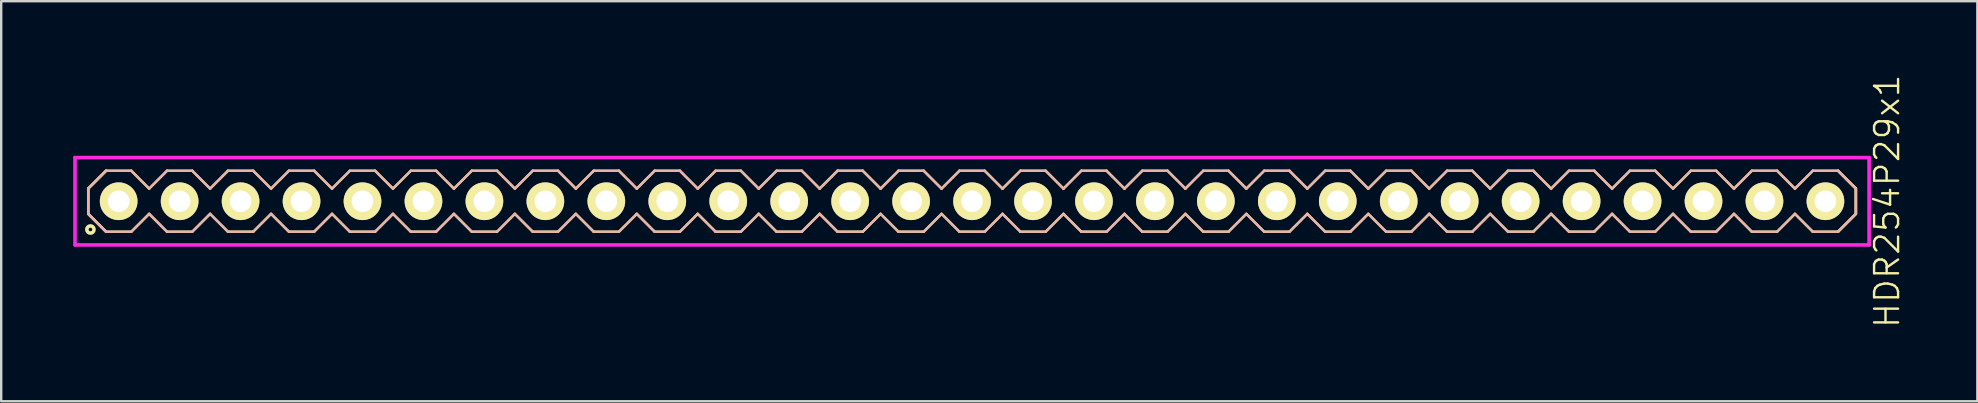
<source format=kicad_pcb>
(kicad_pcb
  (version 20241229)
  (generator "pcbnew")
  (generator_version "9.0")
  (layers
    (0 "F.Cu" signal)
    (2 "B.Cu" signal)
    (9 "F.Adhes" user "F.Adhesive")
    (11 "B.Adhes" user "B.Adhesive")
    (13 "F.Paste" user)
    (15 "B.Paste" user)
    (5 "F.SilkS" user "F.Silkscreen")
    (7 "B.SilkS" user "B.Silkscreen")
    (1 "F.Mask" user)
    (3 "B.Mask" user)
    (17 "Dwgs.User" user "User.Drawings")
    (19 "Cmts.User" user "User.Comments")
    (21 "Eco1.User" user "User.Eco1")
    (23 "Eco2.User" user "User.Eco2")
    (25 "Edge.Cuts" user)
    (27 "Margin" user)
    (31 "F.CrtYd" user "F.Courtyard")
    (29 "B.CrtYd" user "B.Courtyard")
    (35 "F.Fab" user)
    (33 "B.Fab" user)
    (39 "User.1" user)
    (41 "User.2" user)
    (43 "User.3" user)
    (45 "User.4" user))
  (footprint "HDR254P29x1"
    (layer "F.Cu")
    (at 37.455 5.336)
    (property "Reference" "HDR254P29x1" (at 38.13 0 90) (layer "F.SilkS") (effects (font (size 1 1) (thickness 0.1))))
    (attr through_hole)
    (fp_line (start -36.83 -0.526) (end -36.086 -1.27) (stroke (width 0.1) (type solid)) (layer "F.SilkS"))
    (fp_line (start -36.83 -0.526) (end -36.086 -1.27) (stroke (width 0.1) (type solid)) (layer "F.SilkS"))
    (fp_line (start -36.83 0.526) (end -36.83 -0.526) (stroke (width 0.1) (type solid)) (layer "F.SilkS"))
    (fp_line (start -36.83 0.526) (end -36.83 -0.526) (stroke (width 0.1) (type solid)) (layer "F.SilkS"))
    (fp_line (start -36.086 -1.27) (end -35.034 -1.27) (stroke (width 0.1) (type solid)) (layer "F.SilkS"))
    (fp_line (start -36.086 1.27) (end -36.83 0.526) (stroke (width 0.1) (type solid)) (layer "F.SilkS"))
    (fp_line (start -36.086 1.27) (end -36.83 0.526) (stroke (width 0.1) (type solid)) (layer "F.SilkS"))
    (fp_line (start -35.034 -1.27) (end -34.29 -0.526) (stroke (width 0.1) (type solid)) (layer "F.SilkS"))
    (fp_line (start -35.034 1.27) (end -36.086 1.27) (stroke (width 0.1) (type solid)) (layer "F.SilkS"))
    (fp_line (start -34.29 -0.526) (end -33.546 -1.27) (stroke (width 0.1) (type solid)) (layer "F.SilkS"))
    (fp_line (start -34.29 0.526) (end -35.034 1.27) (stroke (width 0.1) (type solid)) (layer "F.SilkS"))
    (fp_line (start -33.546 -1.27) (end -32.494 -1.27) (stroke (width 0.1) (type solid)) (layer "F.SilkS"))
    (fp_line (start -33.546 1.27) (end -34.29 0.526) (stroke (width 0.1) (type solid)) (layer "F.SilkS"))
    (fp_line (start -32.494 -1.27) (end -31.75 -0.526) (stroke (width 0.1) (type solid)) (layer "F.SilkS"))
    (fp_line (start -32.494 1.27) (end -33.546 1.27) (stroke (width 0.1) (type solid)) (layer "F.SilkS"))
    (fp_line (start -31.75 -0.526) (end -31.006 -1.27) (stroke (width 0.1) (type solid)) (layer "F.SilkS"))
    (fp_line (start -31.75 0.526) (end -32.494 1.27) (stroke (width 0.1) (type solid)) (layer "F.SilkS"))
    (fp_line (start -31.006 -1.27) (end -29.954 -1.27) (stroke (width 0.1) (type solid)) (layer "F.SilkS"))
    (fp_line (start -31.006 1.27) (end -31.75 0.526) (stroke (width 0.1) (type solid)) (layer "F.SilkS"))
    (fp_line (start -29.954 -1.27) (end -29.21 -0.526) (stroke (width 0.1) (type solid)) (layer "F.SilkS"))
    (fp_line (start -29.954 1.27) (end -31.006 1.27) (stroke (width 0.1) (type solid)) (layer "F.SilkS"))
    (fp_line (start -29.21 -0.526) (end -28.466 -1.27) (stroke (width 0.1) (type solid)) (layer "F.SilkS"))
    (fp_line (start -29.21 0.526) (end -29.954 1.27) (stroke (width 0.1) (type solid)) (layer "F.SilkS"))
    (fp_line (start -28.466 -1.27) (end -27.414 -1.27) (stroke (width 0.1) (type solid)) (layer "F.SilkS"))
    (fp_line (start -28.466 1.27) (end -29.21 0.526) (stroke (width 0.1) (type solid)) (layer "F.SilkS"))
    (fp_line (start -27.414 -1.27) (end -26.67 -0.526) (stroke (width 0.1) (type solid)) (layer "F.SilkS"))
    (fp_line (start -27.414 1.27) (end -28.466 1.27) (stroke (width 0.1) (type solid)) (layer "F.SilkS"))
    (fp_line (start -26.67 -0.526) (end -25.926 -1.27) (stroke (width 0.1) (type solid)) (layer "F.SilkS"))
    (fp_line (start -26.67 0.526) (end -27.414 1.27) (stroke (width 0.1) (type solid)) (layer "F.SilkS"))
    (fp_line (start -25.926 -1.27) (end -24.874 -1.27) (stroke (width 0.1) (type solid)) (layer "F.SilkS"))
    (fp_line (start -25.926 1.27) (end -26.67 0.526) (stroke (width 0.1) (type solid)) (layer "F.SilkS"))
    (fp_line (start -24.874 -1.27) (end -24.13 -0.526) (stroke (width 0.1) (type solid)) (layer "F.SilkS"))
    (fp_line (start -24.874 1.27) (end -25.926 1.27) (stroke (width 0.1) (type solid)) (layer "F.SilkS"))
    (fp_line (start -24.13 -0.526) (end -23.386 -1.27) (stroke (width 0.1) (type solid)) (layer "F.SilkS"))
    (fp_line (start -24.13 0.526) (end -24.874 1.27) (stroke (width 0.1) (type solid)) (layer "F.SilkS"))
    (fp_line (start -23.386 -1.27) (end -22.334 -1.27) (stroke (width 0.1) (type solid)) (layer "F.SilkS"))
    (fp_line (start -23.386 1.27) (end -24.13 0.526) (stroke (width 0.1) (type solid)) (layer "F.SilkS"))
    (fp_line (start -22.334 -1.27) (end -21.59 -0.526) (stroke (width 0.1) (type solid)) (layer "F.SilkS"))
    (fp_line (start -22.334 1.27) (end -23.386 1.27) (stroke (width 0.1) (type solid)) (layer "F.SilkS"))
    (fp_line (start -21.59 -0.526) (end -20.846 -1.27) (stroke (width 0.1) (type solid)) (layer "F.SilkS"))
    (fp_line (start -21.59 0.526) (end -22.334 1.27) (stroke (width 0.1) (type solid)) (layer "F.SilkS"))
    (fp_line (start -20.846 -1.27) (end -19.794 -1.27) (stroke (width 0.1) (type solid)) (layer "F.SilkS"))
    (fp_line (start -20.846 1.27) (end -21.59 0.526) (stroke (width 0.1) (type solid)) (layer "F.SilkS"))
    (fp_line (start -19.794 -1.27) (end -19.05 -0.526) (stroke (width 0.1) (type solid)) (layer "F.SilkS"))
    (fp_line (start -19.794 1.27) (end -20.846 1.27) (stroke (width 0.1) (type solid)) (layer "F.SilkS"))
    (fp_line (start -19.05 -0.526) (end -18.306 -1.27) (stroke (width 0.1) (type solid)) (layer "F.SilkS"))
    (fp_line (start -19.05 0.526) (end -19.794 1.27) (stroke (width 0.1) (type solid)) (layer "F.SilkS"))
    (fp_line (start -18.306 -1.27) (end -17.254 -1.27) (stroke (width 0.1) (type solid)) (layer "F.SilkS"))
    (fp_line (start -18.306 1.27) (end -19.05 0.526) (stroke (width 0.1) (type solid)) (layer "F.SilkS"))
    (fp_line (start -17.254 -1.27) (end -16.51 -0.526) (stroke (width 0.1) (type solid)) (layer "F.SilkS"))
    (fp_line (start -17.254 1.27) (end -18.306 1.27) (stroke (width 0.1) (type solid)) (layer "F.SilkS"))
    (fp_line (start -16.51 -0.526) (end -15.766 -1.27) (stroke (width 0.1) (type solid)) (layer "F.SilkS"))
    (fp_line (start -16.51 0.526) (end -17.254 1.27) (stroke (width 0.1) (type solid)) (layer "F.SilkS"))
    (fp_line (start -15.766 -1.27) (end -14.714 -1.27) (stroke (width 0.1) (type solid)) (layer "F.SilkS"))
    (fp_line (start -15.766 1.27) (end -16.51 0.526) (stroke (width 0.1) (type solid)) (layer "F.SilkS"))
    (fp_line (start -14.714 -1.27) (end -13.97 -0.526) (stroke (width 0.1) (type solid)) (layer "F.SilkS"))
    (fp_line (start -14.714 1.27) (end -15.766 1.27) (stroke (width 0.1) (type solid)) (layer "F.SilkS"))
    (fp_line (start -13.97 -0.526) (end -13.226 -1.27) (stroke (width 0.1) (type solid)) (layer "F.SilkS"))
    (fp_line (start -13.97 0.526) (end -14.714 1.27) (stroke (width 0.1) (type solid)) (layer "F.SilkS"))
    (fp_line (start -13.226 -1.27) (end -12.174 -1.27) (stroke (width 0.1) (type solid)) (layer "F.SilkS"))
    (fp_line (start -13.226 1.27) (end -13.97 0.526) (stroke (width 0.1) (type solid)) (layer "F.SilkS"))
    (fp_line (start -12.174 -1.27) (end -11.43 -0.526) (stroke (width 0.1) (type solid)) (layer "F.SilkS"))
    (fp_line (start -12.174 1.27) (end -13.226 1.27) (stroke (width 0.1) (type solid)) (layer "F.SilkS"))
    (fp_line (start -11.43 -0.526) (end -10.686 -1.27) (stroke (width 0.1) (type solid)) (layer "F.SilkS"))
    (fp_line (start -11.43 0.526) (end -12.174 1.27) (stroke (width 0.1) (type solid)) (layer "F.SilkS"))
    (fp_line (start -10.686 -1.27) (end -9.634 -1.27) (stroke (width 0.1) (type solid)) (layer "F.SilkS"))
    (fp_line (start -10.686 1.27) (end -11.43 0.526) (stroke (width 0.1) (type solid)) (layer "F.SilkS"))
    (fp_line (start -9.634 -1.27) (end -8.89 -0.526) (stroke (width 0.1) (type solid)) (layer "F.SilkS"))
    (fp_line (start -9.634 1.27) (end -10.686 1.27) (stroke (width 0.1) (type solid)) (layer "F.SilkS"))
    (fp_line (start -8.89 -0.526) (end -8.146 -1.27) (stroke (width 0.1) (type solid)) (layer "F.SilkS"))
    (fp_line (start -8.89 0.526) (end -9.634 1.27) (stroke (width 0.1) (type solid)) (layer "F.SilkS"))
    (fp_line (start -8.146 -1.27) (end -7.094 -1.27) (stroke (width 0.1) (type solid)) (layer "F.SilkS"))
    (fp_line (start -8.146 1.27) (end -8.89 0.526) (stroke (width 0.1) (type solid)) (layer "F.SilkS"))
    (fp_line (start -7.094 -1.27) (end -6.35 -0.526) (stroke (width 0.1) (type solid)) (layer "F.SilkS"))
    (fp_line (start -7.094 1.27) (end -8.146 1.27) (stroke (width 0.1) (type solid)) (layer "F.SilkS"))
    (fp_line (start -6.35 -0.526) (end -5.606 -1.27) (stroke (width 0.1) (type solid)) (layer "F.SilkS"))
    (fp_line (start -6.35 0.526) (end -7.094 1.27) (stroke (width 0.1) (type solid)) (layer "F.SilkS"))
    (fp_line (start -5.606 -1.27) (end -4.554 -1.27) (stroke (width 0.1) (type solid)) (layer "F.SilkS"))
    (fp_line (start -5.606 1.27) (end -6.35 0.526) (stroke (width 0.1) (type solid)) (layer "F.SilkS"))
    (fp_line (start -4.554 -1.27) (end -3.81 -0.526) (stroke (width 0.1) (type solid)) (layer "F.SilkS"))
    (fp_line (start -4.554 1.27) (end -5.606 1.27) (stroke (width 0.1) (type solid)) (layer "F.SilkS"))
    (fp_line (start -3.81 -0.526) (end -3.066 -1.27) (stroke (width 0.1) (type solid)) (layer "F.SilkS"))
    (fp_line (start -3.81 0.526) (end -4.554 1.27) (stroke (width 0.1) (type solid)) (layer "F.SilkS"))
    (fp_line (start -3.066 -1.27) (end -2.014 -1.27) (stroke (width 0.1) (type solid)) (layer "F.SilkS"))
    (fp_line (start -3.066 1.27) (end -3.81 0.526) (stroke (width 0.1) (type solid)) (layer "F.SilkS"))
    (fp_line (start -2.014 -1.27) (end -1.27 -0.526) (stroke (width 0.1) (type solid)) (layer "F.SilkS"))
    (fp_line (start -2.014 1.27) (end -3.066 1.27) (stroke (width 0.1) (type solid)) (layer "F.SilkS"))
    (fp_line (start -1.27 -0.526) (end -0.526 -1.27) (stroke (width 0.1) (type solid)) (layer "F.SilkS"))
    (fp_line (start -1.27 0.526) (end -2.014 1.27) (stroke (width 0.1) (type solid)) (layer "F.SilkS"))
    (fp_line (start -0.526 -1.27) (end 0.526 -1.27) (stroke (width 0.1) (type solid)) (layer "F.SilkS"))
    (fp_line (start -0.526 1.27) (end -1.27 0.526) (stroke (width 0.1) (type solid)) (layer "F.SilkS"))
    (fp_line (start 0.526 -1.27) (end 1.27 -0.526) (stroke (width 0.1) (type solid)) (layer "F.SilkS"))
    (fp_line (start 0.526 1.27) (end -0.526 1.27) (stroke (width 0.1) (type solid)) (layer "F.SilkS"))
    (fp_line (start 1.27 -0.526) (end 2.014 -1.27) (stroke (width 0.1) (type solid)) (layer "F.SilkS"))
    (fp_line (start 1.27 0.526) (end 0.526 1.27) (stroke (width 0.1) (type solid)) (layer "F.SilkS"))
    (fp_line (start 2.014 -1.27) (end 3.066 -1.27) (stroke (width 0.1) (type solid)) (layer "F.SilkS"))
    (fp_line (start 2.014 1.27) (end 1.27 0.526) (stroke (width 0.1) (type solid)) (layer "F.SilkS"))
    (fp_line (start 3.066 -1.27) (end 3.81 -0.526) (stroke (width 0.1) (type solid)) (layer "F.SilkS"))
    (fp_line (start 3.066 1.27) (end 2.014 1.27) (stroke (width 0.1) (type solid)) (layer "F.SilkS"))
    (fp_line (start 3.81 -0.526) (end 4.554 -1.27) (stroke (width 0.1) (type solid)) (layer "F.SilkS"))
    (fp_line (start 3.81 0.526) (end 3.066 1.27) (stroke (width 0.1) (type solid)) (layer "F.SilkS"))
    (fp_line (start 4.554 -1.27) (end 5.606 -1.27) (stroke (width 0.1) (type solid)) (layer "F.SilkS"))
    (fp_line (start 4.554 1.27) (end 3.81 0.526) (stroke (width 0.1) (type solid)) (layer "F.SilkS"))
    (fp_line (start 5.606 -1.27) (end 6.35 -0.526) (stroke (width 0.1) (type solid)) (layer "F.SilkS"))
    (fp_line (start 5.606 1.27) (end 4.554 1.27) (stroke (width 0.1) (type solid)) (layer "F.SilkS"))
    (fp_line (start 6.35 -0.526) (end 7.094 -1.27) (stroke (width 0.1) (type solid)) (layer "F.SilkS"))
    (fp_line (start 6.35 0.526) (end 5.606 1.27) (stroke (width 0.1) (type solid)) (layer "F.SilkS"))
    (fp_line (start 7.094 -1.27) (end 8.146 -1.27) (stroke (width 0.1) (type solid)) (layer "F.SilkS"))
    (fp_line (start 7.094 1.27) (end 6.35 0.526) (stroke (width 0.1) (type solid)) (layer "F.SilkS"))
    (fp_line (start 8.146 -1.27) (end 8.89 -0.526) (stroke (width 0.1) (type solid)) (layer "F.SilkS"))
    (fp_line (start 8.146 1.27) (end 7.094 1.27) (stroke (width 0.1) (type solid)) (layer "F.SilkS"))
    (fp_line (start 8.89 -0.526) (end 9.634 -1.27) (stroke (width 0.1) (type solid)) (layer "F.SilkS"))
    (fp_line (start 8.89 0.526) (end 8.146 1.27) (stroke (width 0.1) (type solid)) (layer "F.SilkS"))
    (fp_line (start 9.634 -1.27) (end 10.686 -1.27) (stroke (width 0.1) (type solid)) (layer "F.SilkS"))
    (fp_line (start 9.634 1.27) (end 8.89 0.526) (stroke (width 0.1) (type solid)) (layer "F.SilkS"))
    (fp_line (start 10.686 -1.27) (end 11.43 -0.526) (stroke (width 0.1) (type solid)) (layer "F.SilkS"))
    (fp_line (start 10.686 1.27) (end 9.634 1.27) (stroke (width 0.1) (type solid)) (layer "F.SilkS"))
    (fp_line (start 11.43 -0.526) (end 12.174 -1.27) (stroke (width 0.1) (type solid)) (layer "F.SilkS"))
    (fp_line (start 11.43 0.526) (end 10.686 1.27) (stroke (width 0.1) (type solid)) (layer "F.SilkS"))
    (fp_line (start 12.174 -1.27) (end 13.226 -1.27) (stroke (width 0.1) (type solid)) (layer "F.SilkS"))
    (fp_line (start 12.174 1.27) (end 11.43 0.526) (stroke (width 0.1) (type solid)) (layer "F.SilkS"))
    (fp_line (start 13.226 -1.27) (end 13.97 -0.526) (stroke (width 0.1) (type solid)) (layer "F.SilkS"))
    (fp_line (start 13.226 1.27) (end 12.174 1.27) (stroke (width 0.1) (type solid)) (layer "F.SilkS"))
    (fp_line (start 13.97 -0.526) (end 14.714 -1.27) (stroke (width 0.1) (type solid)) (layer "F.SilkS"))
    (fp_line (start 13.97 0.526) (end 13.226 1.27) (stroke (width 0.1) (type solid)) (layer "F.SilkS"))
    (fp_line (start 14.714 -1.27) (end 15.766 -1.27) (stroke (width 0.1) (type solid)) (layer "F.SilkS"))
    (fp_line (start 14.714 1.27) (end 13.97 0.526) (stroke (width 0.1) (type solid)) (layer "F.SilkS"))
    (fp_line (start 15.766 -1.27) (end 16.51 -0.526) (stroke (width 0.1) (type solid)) (layer "F.SilkS"))
    (fp_line (start 15.766 1.27) (end 14.714 1.27) (stroke (width 0.1) (type solid)) (layer "F.SilkS"))
    (fp_line (start 16.51 -0.526) (end 17.254 -1.27) (stroke (width 0.1) (type solid)) (layer "F.SilkS"))
    (fp_line (start 16.51 0.526) (end 15.766 1.27) (stroke (width 0.1) (type solid)) (layer "F.SilkS"))
    (fp_line (start 17.254 -1.27) (end 18.306 -1.27) (stroke (width 0.1) (type solid)) (layer "F.SilkS"))
    (fp_line (start 17.254 1.27) (end 16.51 0.526) (stroke (width 0.1) (type solid)) (layer "F.SilkS"))
    (fp_line (start 18.306 -1.27) (end 19.05 -0.526) (stroke (width 0.1) (type solid)) (layer "F.SilkS"))
    (fp_line (start 18.306 1.27) (end 17.254 1.27) (stroke (width 0.1) (type solid)) (layer "F.SilkS"))
    (fp_line (start 19.05 -0.526) (end 19.794 -1.27) (stroke (width 0.1) (type solid)) (layer "F.SilkS"))
    (fp_line (start 19.05 0.526) (end 18.306 1.27) (stroke (width 0.1) (type solid)) (layer "F.SilkS"))
    (fp_line (start 19.794 -1.27) (end 20.846 -1.27) (stroke (width 0.1) (type solid)) (layer "F.SilkS"))
    (fp_line (start 19.794 1.27) (end 19.05 0.526) (stroke (width 0.1) (type solid)) (layer "F.SilkS"))
    (fp_line (start 20.846 -1.27) (end 21.59 -0.526) (stroke (width 0.1) (type solid)) (layer "F.SilkS"))
    (fp_line (start 20.846 1.27) (end 19.794 1.27) (stroke (width 0.1) (type solid)) (layer "F.SilkS"))
    (fp_line (start 21.59 -0.526) (end 22.334 -1.27) (stroke (width 0.1) (type solid)) (layer "F.SilkS"))
    (fp_line (start 21.59 0.526) (end 20.846 1.27) (stroke (width 0.1) (type solid)) (layer "F.SilkS"))
    (fp_line (start 22.334 -1.27) (end 23.386 -1.27) (stroke (width 0.1) (type solid)) (layer "F.SilkS"))
    (fp_line (start 22.334 1.27) (end 21.59 0.526) (stroke (width 0.1) (type solid)) (layer "F.SilkS"))
    (fp_line (start 23.386 -1.27) (end 24.13 -0.526) (stroke (width 0.1) (type solid)) (layer "F.SilkS"))
    (fp_line (start 23.386 1.27) (end 22.334 1.27) (stroke (width 0.1) (type solid)) (layer "F.SilkS"))
    (fp_line (start 24.13 -0.526) (end 24.874 -1.27) (stroke (width 0.1) (type solid)) (layer "F.SilkS"))
    (fp_line (start 24.13 0.526) (end 23.386 1.27) (stroke (width 0.1) (type solid)) (layer "F.SilkS"))
    (fp_line (start 24.874 -1.27) (end 25.926 -1.27) (stroke (width 0.1) (type solid)) (layer "F.SilkS"))
    (fp_line (start 24.874 1.27) (end 24.13 0.526) (stroke (width 0.1) (type solid)) (layer "F.SilkS"))
    (fp_line (start 25.926 -1.27) (end 26.67 -0.526) (stroke (width 0.1) (type solid)) (layer "F.SilkS"))
    (fp_line (start 25.926 1.27) (end 24.874 1.27) (stroke (width 0.1) (type solid)) (layer "F.SilkS"))
    (fp_line (start 26.67 -0.526) (end 27.414 -1.27) (stroke (width 0.1) (type solid)) (layer "F.SilkS"))
    (fp_line (start 26.67 0.526) (end 25.926 1.27) (stroke (width 0.1) (type solid)) (layer "F.SilkS"))
    (fp_line (start 27.414 -1.27) (end 28.466 -1.27) (stroke (width 0.1) (type solid)) (layer "F.SilkS"))
    (fp_line (start 27.414 1.27) (end 26.67 0.526) (stroke (width 0.1) (type solid)) (layer "F.SilkS"))
    (fp_line (start 28.466 -1.27) (end 29.21 -0.526) (stroke (width 0.1) (type solid)) (layer "F.SilkS"))
    (fp_line (start 28.466 1.27) (end 27.414 1.27) (stroke (width 0.1) (type solid)) (layer "F.SilkS"))
    (fp_line (start 29.21 -0.526) (end 29.954 -1.27) (stroke (width 0.1) (type solid)) (layer "F.SilkS"))
    (fp_line (start 29.21 0.526) (end 28.466 1.27) (stroke (width 0.1) (type solid)) (layer "F.SilkS"))
    (fp_line (start 29.954 -1.27) (end 31.006 -1.27) (stroke (width 0.1) (type solid)) (layer "F.SilkS"))
    (fp_line (start 29.954 1.27) (end 29.21 0.526) (stroke (width 0.1) (type solid)) (layer "F.SilkS"))
    (fp_line (start 31.006 -1.27) (end 31.75 -0.526) (stroke (width 0.1) (type solid)) (layer "F.SilkS"))
    (fp_line (start 31.006 1.27) (end 29.954 1.27) (stroke (width 0.1) (type solid)) (layer "F.SilkS"))
    (fp_line (start 31.75 -0.526) (end 32.494 -1.27) (stroke (width 0.1) (type solid)) (layer "F.SilkS"))
    (fp_line (start 31.75 0.526) (end 31.006 1.27) (stroke (width 0.1) (type solid)) (layer "F.SilkS"))
    (fp_line (start 32.494 -1.27) (end 33.546 -1.27) (stroke (width 0.1) (type solid)) (layer "F.SilkS"))
    (fp_line (start 32.494 1.27) (end 31.75 0.526) (stroke (width 0.1) (type solid)) (layer "F.SilkS"))
    (fp_line (start 33.546 -1.27) (end 34.29 -0.526) (stroke (width 0.1) (type solid)) (layer "F.SilkS"))
    (fp_line (start 33.546 1.27) (end 32.494 1.27) (stroke (width 0.1) (type solid)) (layer "F.SilkS"))
    (fp_line (start 34.29 -0.526) (end 35.034 -1.27) (stroke (width 0.1) (type solid)) (layer "F.SilkS"))
    (fp_line (start 34.29 0.526) (end 33.546 1.27) (stroke (width 0.1) (type solid)) (layer "F.SilkS"))
    (fp_line (start 35.034 -1.27) (end 36.086 -1.27) (stroke (width 0.1) (type solid)) (layer "F.SilkS"))
    (fp_line (start 35.034 1.27) (end 34.29 0.526) (stroke (width 0.1) (type solid)) (layer "F.SilkS"))
    (fp_line (start 36.086 -1.27) (end 36.83 -0.526) (stroke (width 0.1) (type solid)) (layer "F.SilkS"))
    (fp_line (start 36.086 -1.27) (end 36.83 -0.526) (stroke (width 0.1) (type solid)) (layer "F.SilkS"))
    (fp_line (start 36.086 1.27) (end 35.034 1.27) (stroke (width 0.1) (type solid)) (layer "F.SilkS"))
    (fp_line (start 36.83 -0.526) (end 36.83 0.526) (stroke (width 0.1) (type solid)) (layer "F.SilkS"))
    (fp_line (start 36.83 -0.526) (end 36.83 0.526) (stroke (width 0.1) (type solid)) (layer "F.SilkS"))
    (fp_line (start 36.83 0.526) (end 36.086 1.27) (stroke (width 0.1) (type solid)) (layer "F.SilkS"))
    (fp_line (start 36.83 0.526) (end 36.086 1.27) (stroke (width 0.1) (type solid)) (layer "F.SilkS"))
    (fp_circle (center -36.737 1.177) (end -36.587 1.177) (stroke (width 0.15) (type solid)) (fill no) (layer "F.SilkS"))
    (fp_line (start -36.83 -0.526) (end -36.086 -1.27) (stroke (width 0.1) (type solid)) (layer "B.SilkS"))
    (fp_line (start -36.83 -0.526) (end -36.086 -1.27) (stroke (width 0.1) (type solid)) (layer "B.SilkS"))
    (fp_line (start -36.83 0.526) (end -36.83 -0.526) (stroke (width 0.1) (type solid)) (layer "B.SilkS"))
    (fp_line (start -36.83 0.526) (end -36.83 -0.526) (stroke (width 0.1) (type solid)) (layer "B.SilkS"))
    (fp_line (start -36.086 -1.27) (end -35.034 -1.27) (stroke (width 0.1) (type solid)) (layer "B.SilkS"))
    (fp_line (start -36.086 1.27) (end -36.83 0.526) (stroke (width 0.1) (type solid)) (layer "B.SilkS"))
    (fp_line (start -36.086 1.27) (end -36.83 0.526) (stroke (width 0.1) (type solid)) (layer "B.SilkS"))
    (fp_line (start -35.034 -1.27) (end -34.29 -0.526) (stroke (width 0.1) (type solid)) (layer "B.SilkS"))
    (fp_line (start -35.034 1.27) (end -36.086 1.27) (stroke (width 0.1) (type solid)) (layer "B.SilkS"))
    (fp_line (start -34.29 -0.526) (end -33.546 -1.27) (stroke (width 0.1) (type solid)) (layer "B.SilkS"))
    (fp_line (start -34.29 0.526) (end -35.034 1.27) (stroke (width 0.1) (type solid)) (layer "B.SilkS"))
    (fp_line (start -33.546 -1.27) (end -32.494 -1.27) (stroke (width 0.1) (type solid)) (layer "B.SilkS"))
    (fp_line (start -33.546 1.27) (end -34.29 0.526) (stroke (width 0.1) (type solid)) (layer "B.SilkS"))
    (fp_line (start -32.494 -1.27) (end -31.75 -0.526) (stroke (width 0.1) (type solid)) (layer "B.SilkS"))
    (fp_line (start -32.494 1.27) (end -33.546 1.27) (stroke (width 0.1) (type solid)) (layer "B.SilkS"))
    (fp_line (start -31.75 -0.526) (end -31.006 -1.27) (stroke (width 0.1) (type solid)) (layer "B.SilkS"))
    (fp_line (start -31.75 0.526) (end -32.494 1.27) (stroke (width 0.1) (type solid)) (layer "B.SilkS"))
    (fp_line (start -31.006 -1.27) (end -29.954 -1.27) (stroke (width 0.1) (type solid)) (layer "B.SilkS"))
    (fp_line (start -31.006 1.27) (end -31.75 0.526) (stroke (width 0.1) (type solid)) (layer "B.SilkS"))
    (fp_line (start -29.954 -1.27) (end -29.21 -0.526) (stroke (width 0.1) (type solid)) (layer "B.SilkS"))
    (fp_line (start -29.954 1.27) (end -31.006 1.27) (stroke (width 0.1) (type solid)) (layer "B.SilkS"))
    (fp_line (start -29.21 -0.526) (end -28.466 -1.27) (stroke (width 0.1) (type solid)) (layer "B.SilkS"))
    (fp_line (start -29.21 0.526) (end -29.954 1.27) (stroke (width 0.1) (type solid)) (layer "B.SilkS"))
    (fp_line (start -28.466 -1.27) (end -27.414 -1.27) (stroke (width 0.1) (type solid)) (layer "B.SilkS"))
    (fp_line (start -28.466 1.27) (end -29.21 0.526) (stroke (width 0.1) (type solid)) (layer "B.SilkS"))
    (fp_line (start -27.414 -1.27) (end -26.67 -0.526) (stroke (width 0.1) (type solid)) (layer "B.SilkS"))
    (fp_line (start -27.414 1.27) (end -28.466 1.27) (stroke (width 0.1) (type solid)) (layer "B.SilkS"))
    (fp_line (start -26.67 -0.526) (end -25.926 -1.27) (stroke (width 0.1) (type solid)) (layer "B.SilkS"))
    (fp_line (start -26.67 0.526) (end -27.414 1.27) (stroke (width 0.1) (type solid)) (layer "B.SilkS"))
    (fp_line (start -25.926 -1.27) (end -24.874 -1.27) (stroke (width 0.1) (type solid)) (layer "B.SilkS"))
    (fp_line (start -25.926 1.27) (end -26.67 0.526) (stroke (width 0.1) (type solid)) (layer "B.SilkS"))
    (fp_line (start -24.874 -1.27) (end -24.13 -0.526) (stroke (width 0.1) (type solid)) (layer "B.SilkS"))
    (fp_line (start -24.874 1.27) (end -25.926 1.27) (stroke (width 0.1) (type solid)) (layer "B.SilkS"))
    (fp_line (start -24.13 -0.526) (end -23.386 -1.27) (stroke (width 0.1) (type solid)) (layer "B.SilkS"))
    (fp_line (start -24.13 0.526) (end -24.874 1.27) (stroke (width 0.1) (type solid)) (layer "B.SilkS"))
    (fp_line (start -23.386 -1.27) (end -22.334 -1.27) (stroke (width 0.1) (type solid)) (layer "B.SilkS"))
    (fp_line (start -23.386 1.27) (end -24.13 0.526) (stroke (width 0.1) (type solid)) (layer "B.SilkS"))
    (fp_line (start -22.334 -1.27) (end -21.59 -0.526) (stroke (width 0.1) (type solid)) (layer "B.SilkS"))
    (fp_line (start -22.334 1.27) (end -23.386 1.27) (stroke (width 0.1) (type solid)) (layer "B.SilkS"))
    (fp_line (start -21.59 -0.526) (end -20.846 -1.27) (stroke (width 0.1) (type solid)) (layer "B.SilkS"))
    (fp_line (start -21.59 0.526) (end -22.334 1.27) (stroke (width 0.1) (type solid)) (layer "B.SilkS"))
    (fp_line (start -20.846 -1.27) (end -19.794 -1.27) (stroke (width 0.1) (type solid)) (layer "B.SilkS"))
    (fp_line (start -20.846 1.27) (end -21.59 0.526) (stroke (width 0.1) (type solid)) (layer "B.SilkS"))
    (fp_line (start -19.794 -1.27) (end -19.05 -0.526) (stroke (width 0.1) (type solid)) (layer "B.SilkS"))
    (fp_line (start -19.794 1.27) (end -20.846 1.27) (stroke (width 0.1) (type solid)) (layer "B.SilkS"))
    (fp_line (start -19.05 -0.526) (end -18.306 -1.27) (stroke (width 0.1) (type solid)) (layer "B.SilkS"))
    (fp_line (start -19.05 0.526) (end -19.794 1.27) (stroke (width 0.1) (type solid)) (layer "B.SilkS"))
    (fp_line (start -18.306 -1.27) (end -17.254 -1.27) (stroke (width 0.1) (type solid)) (layer "B.SilkS"))
    (fp_line (start -18.306 1.27) (end -19.05 0.526) (stroke (width 0.1) (type solid)) (layer "B.SilkS"))
    (fp_line (start -17.254 -1.27) (end -16.51 -0.526) (stroke (width 0.1) (type solid)) (layer "B.SilkS"))
    (fp_line (start -17.254 1.27) (end -18.306 1.27) (stroke (width 0.1) (type solid)) (layer "B.SilkS"))
    (fp_line (start -16.51 -0.526) (end -15.766 -1.27) (stroke (width 0.1) (type solid)) (layer "B.SilkS"))
    (fp_line (start -16.51 0.526) (end -17.254 1.27) (stroke (width 0.1) (type solid)) (layer "B.SilkS"))
    (fp_line (start -15.766 -1.27) (end -14.714 -1.27) (stroke (width 0.1) (type solid)) (layer "B.SilkS"))
    (fp_line (start -15.766 1.27) (end -16.51 0.526) (stroke (width 0.1) (type solid)) (layer "B.SilkS"))
    (fp_line (start -14.714 -1.27) (end -13.97 -0.526) (stroke (width 0.1) (type solid)) (layer "B.SilkS"))
    (fp_line (start -14.714 1.27) (end -15.766 1.27) (stroke (width 0.1) (type solid)) (layer "B.SilkS"))
    (fp_line (start -13.97 -0.526) (end -13.226 -1.27) (stroke (width 0.1) (type solid)) (layer "B.SilkS"))
    (fp_line (start -13.97 0.526) (end -14.714 1.27) (stroke (width 0.1) (type solid)) (layer "B.SilkS"))
    (fp_line (start -13.226 -1.27) (end -12.174 -1.27) (stroke (width 0.1) (type solid)) (layer "B.SilkS"))
    (fp_line (start -13.226 1.27) (end -13.97 0.526) (stroke (width 0.1) (type solid)) (layer "B.SilkS"))
    (fp_line (start -12.174 -1.27) (end -11.43 -0.526) (stroke (width 0.1) (type solid)) (layer "B.SilkS"))
    (fp_line (start -12.174 1.27) (end -13.226 1.27) (stroke (width 0.1) (type solid)) (layer "B.SilkS"))
    (fp_line (start -11.43 -0.526) (end -10.686 -1.27) (stroke (width 0.1) (type solid)) (layer "B.SilkS"))
    (fp_line (start -11.43 0.526) (end -12.174 1.27) (stroke (width 0.1) (type solid)) (layer "B.SilkS"))
    (fp_line (start -10.686 -1.27) (end -9.634 -1.27) (stroke (width 0.1) (type solid)) (layer "B.SilkS"))
    (fp_line (start -10.686 1.27) (end -11.43 0.526) (stroke (width 0.1) (type solid)) (layer "B.SilkS"))
    (fp_line (start -9.634 -1.27) (end -8.89 -0.526) (stroke (width 0.1) (type solid)) (layer "B.SilkS"))
    (fp_line (start -9.634 1.27) (end -10.686 1.27) (stroke (width 0.1) (type solid)) (layer "B.SilkS"))
    (fp_line (start -8.89 -0.526) (end -8.146 -1.27) (stroke (width 0.1) (type solid)) (layer "B.SilkS"))
    (fp_line (start -8.89 0.526) (end -9.634 1.27) (stroke (width 0.1) (type solid)) (layer "B.SilkS"))
    (fp_line (start -8.146 -1.27) (end -7.094 -1.27) (stroke (width 0.1) (type solid)) (layer "B.SilkS"))
    (fp_line (start -8.146 1.27) (end -8.89 0.526) (stroke (width 0.1) (type solid)) (layer "B.SilkS"))
    (fp_line (start -7.094 -1.27) (end -6.35 -0.526) (stroke (width 0.1) (type solid)) (layer "B.SilkS"))
    (fp_line (start -7.094 1.27) (end -8.146 1.27) (stroke (width 0.1) (type solid)) (layer "B.SilkS"))
    (fp_line (start -6.35 -0.526) (end -5.606 -1.27) (stroke (width 0.1) (type solid)) (layer "B.SilkS"))
    (fp_line (start -6.35 0.526) (end -7.094 1.27) (stroke (width 0.1) (type solid)) (layer "B.SilkS"))
    (fp_line (start -5.606 -1.27) (end -4.554 -1.27) (stroke (width 0.1) (type solid)) (layer "B.SilkS"))
    (fp_line (start -5.606 1.27) (end -6.35 0.526) (stroke (width 0.1) (type solid)) (layer "B.SilkS"))
    (fp_line (start -4.554 -1.27) (end -3.81 -0.526) (stroke (width 0.1) (type solid)) (layer "B.SilkS"))
    (fp_line (start -4.554 1.27) (end -5.606 1.27) (stroke (width 0.1) (type solid)) (layer "B.SilkS"))
    (fp_line (start -3.81 -0.526) (end -3.066 -1.27) (stroke (width 0.1) (type solid)) (layer "B.SilkS"))
    (fp_line (start -3.81 0.526) (end -4.554 1.27) (stroke (width 0.1) (type solid)) (layer "B.SilkS"))
    (fp_line (start -3.066 -1.27) (end -2.014 -1.27) (stroke (width 0.1) (type solid)) (layer "B.SilkS"))
    (fp_line (start -3.066 1.27) (end -3.81 0.526) (stroke (width 0.1) (type solid)) (layer "B.SilkS"))
    (fp_line (start -2.014 -1.27) (end -1.27 -0.526) (stroke (width 0.1) (type solid)) (layer "B.SilkS"))
    (fp_line (start -2.014 1.27) (end -3.066 1.27) (stroke (width 0.1) (type solid)) (layer "B.SilkS"))
    (fp_line (start -1.27 -0.526) (end -0.526 -1.27) (stroke (width 0.1) (type solid)) (layer "B.SilkS"))
    (fp_line (start -1.27 0.526) (end -2.014 1.27) (stroke (width 0.1) (type solid)) (layer "B.SilkS"))
    (fp_line (start -0.526 -1.27) (end 0.526 -1.27) (stroke (width 0.1) (type solid)) (layer "B.SilkS"))
    (fp_line (start -0.526 1.27) (end -1.27 0.526) (stroke (width 0.1) (type solid)) (layer "B.SilkS"))
    (fp_line (start 0.526 -1.27) (end 1.27 -0.526) (stroke (width 0.1) (type solid)) (layer "B.SilkS"))
    (fp_line (start 0.526 1.27) (end -0.526 1.27) (stroke (width 0.1) (type solid)) (layer "B.SilkS"))
    (fp_line (start 1.27 -0.526) (end 2.014 -1.27) (stroke (width 0.1) (type solid)) (layer "B.SilkS"))
    (fp_line (start 1.27 0.526) (end 0.526 1.27) (stroke (width 0.1) (type solid)) (layer "B.SilkS"))
    (fp_line (start 2.014 -1.27) (end 3.066 -1.27) (stroke (width 0.1) (type solid)) (layer "B.SilkS"))
    (fp_line (start 2.014 1.27) (end 1.27 0.526) (stroke (width 0.1) (type solid)) (layer "B.SilkS"))
    (fp_line (start 3.066 -1.27) (end 3.81 -0.526) (stroke (width 0.1) (type solid)) (layer "B.SilkS"))
    (fp_line (start 3.066 1.27) (end 2.014 1.27) (stroke (width 0.1) (type solid)) (layer "B.SilkS"))
    (fp_line (start 3.81 -0.526) (end 4.554 -1.27) (stroke (width 0.1) (type solid)) (layer "B.SilkS"))
    (fp_line (start 3.81 0.526) (end 3.066 1.27) (stroke (width 0.1) (type solid)) (layer "B.SilkS"))
    (fp_line (start 4.554 -1.27) (end 5.606 -1.27) (stroke (width 0.1) (type solid)) (layer "B.SilkS"))
    (fp_line (start 4.554 1.27) (end 3.81 0.526) (stroke (width 0.1) (type solid)) (layer "B.SilkS"))
    (fp_line (start 5.606 -1.27) (end 6.35 -0.526) (stroke (width 0.1) (type solid)) (layer "B.SilkS"))
    (fp_line (start 5.606 1.27) (end 4.554 1.27) (stroke (width 0.1) (type solid)) (layer "B.SilkS"))
    (fp_line (start 6.35 -0.526) (end 7.094 -1.27) (stroke (width 0.1) (type solid)) (layer "B.SilkS"))
    (fp_line (start 6.35 0.526) (end 5.606 1.27) (stroke (width 0.1) (type solid)) (layer "B.SilkS"))
    (fp_line (start 7.094 -1.27) (end 8.146 -1.27) (stroke (width 0.1) (type solid)) (layer "B.SilkS"))
    (fp_line (start 7.094 1.27) (end 6.35 0.526) (stroke (width 0.1) (type solid)) (layer "B.SilkS"))
    (fp_line (start 8.146 -1.27) (end 8.89 -0.526) (stroke (width 0.1) (type solid)) (layer "B.SilkS"))
    (fp_line (start 8.146 1.27) (end 7.094 1.27) (stroke (width 0.1) (type solid)) (layer "B.SilkS"))
    (fp_line (start 8.89 -0.526) (end 9.634 -1.27) (stroke (width 0.1) (type solid)) (layer "B.SilkS"))
    (fp_line (start 8.89 0.526) (end 8.146 1.27) (stroke (width 0.1) (type solid)) (layer "B.SilkS"))
    (fp_line (start 9.634 -1.27) (end 10.686 -1.27) (stroke (width 0.1) (type solid)) (layer "B.SilkS"))
    (fp_line (start 9.634 1.27) (end 8.89 0.526) (stroke (width 0.1) (type solid)) (layer "B.SilkS"))
    (fp_line (start 10.686 -1.27) (end 11.43 -0.526) (stroke (width 0.1) (type solid)) (layer "B.SilkS"))
    (fp_line (start 10.686 1.27) (end 9.634 1.27) (stroke (width 0.1) (type solid)) (layer "B.SilkS"))
    (fp_line (start 11.43 -0.526) (end 12.174 -1.27) (stroke (width 0.1) (type solid)) (layer "B.SilkS"))
    (fp_line (start 11.43 0.526) (end 10.686 1.27) (stroke (width 0.1) (type solid)) (layer "B.SilkS"))
    (fp_line (start 12.174 -1.27) (end 13.226 -1.27) (stroke (width 0.1) (type solid)) (layer "B.SilkS"))
    (fp_line (start 12.174 1.27) (end 11.43 0.526) (stroke (width 0.1) (type solid)) (layer "B.SilkS"))
    (fp_line (start 13.226 -1.27) (end 13.97 -0.526) (stroke (width 0.1) (type solid)) (layer "B.SilkS"))
    (fp_line (start 13.226 1.27) (end 12.174 1.27) (stroke (width 0.1) (type solid)) (layer "B.SilkS"))
    (fp_line (start 13.97 -0.526) (end 14.714 -1.27) (stroke (width 0.1) (type solid)) (layer "B.SilkS"))
    (fp_line (start 13.97 0.526) (end 13.226 1.27) (stroke (width 0.1) (type solid)) (layer "B.SilkS"))
    (fp_line (start 14.714 -1.27) (end 15.766 -1.27) (stroke (width 0.1) (type solid)) (layer "B.SilkS"))
    (fp_line (start 14.714 1.27) (end 13.97 0.526) (stroke (width 0.1) (type solid)) (layer "B.SilkS"))
    (fp_line (start 15.766 -1.27) (end 16.51 -0.526) (stroke (width 0.1) (type solid)) (layer "B.SilkS"))
    (fp_line (start 15.766 1.27) (end 14.714 1.27) (stroke (width 0.1) (type solid)) (layer "B.SilkS"))
    (fp_line (start 16.51 -0.526) (end 17.254 -1.27) (stroke (width 0.1) (type solid)) (layer "B.SilkS"))
    (fp_line (start 16.51 0.526) (end 15.766 1.27) (stroke (width 0.1) (type solid)) (layer "B.SilkS"))
    (fp_line (start 17.254 -1.27) (end 18.306 -1.27) (stroke (width 0.1) (type solid)) (layer "B.SilkS"))
    (fp_line (start 17.254 1.27) (end 16.51 0.526) (stroke (width 0.1) (type solid)) (layer "B.SilkS"))
    (fp_line (start 18.306 -1.27) (end 19.05 -0.526) (stroke (width 0.1) (type solid)) (layer "B.SilkS"))
    (fp_line (start 18.306 1.27) (end 17.254 1.27) (stroke (width 0.1) (type solid)) (layer "B.SilkS"))
    (fp_line (start 19.05 -0.526) (end 19.794 -1.27) (stroke (width 0.1) (type solid)) (layer "B.SilkS"))
    (fp_line (start 19.05 0.526) (end 18.306 1.27) (stroke (width 0.1) (type solid)) (layer "B.SilkS"))
    (fp_line (start 19.794 -1.27) (end 20.846 -1.27) (stroke (width 0.1) (type solid)) (layer "B.SilkS"))
    (fp_line (start 19.794 1.27) (end 19.05 0.526) (stroke (width 0.1) (type solid)) (layer "B.SilkS"))
    (fp_line (start 20.846 -1.27) (end 21.59 -0.526) (stroke (width 0.1) (type solid)) (layer "B.SilkS"))
    (fp_line (start 20.846 1.27) (end 19.794 1.27) (stroke (width 0.1) (type solid)) (layer "B.SilkS"))
    (fp_line (start 21.59 -0.526) (end 22.334 -1.27) (stroke (width 0.1) (type solid)) (layer "B.SilkS"))
    (fp_line (start 21.59 0.526) (end 20.846 1.27) (stroke (width 0.1) (type solid)) (layer "B.SilkS"))
    (fp_line (start 22.334 -1.27) (end 23.386 -1.27) (stroke (width 0.1) (type solid)) (layer "B.SilkS"))
    (fp_line (start 22.334 1.27) (end 21.59 0.526) (stroke (width 0.1) (type solid)) (layer "B.SilkS"))
    (fp_line (start 23.386 -1.27) (end 24.13 -0.526) (stroke (width 0.1) (type solid)) (layer "B.SilkS"))
    (fp_line (start 23.386 1.27) (end 22.334 1.27) (stroke (width 0.1) (type solid)) (layer "B.SilkS"))
    (fp_line (start 24.13 -0.526) (end 24.874 -1.27) (stroke (width 0.1) (type solid)) (layer "B.SilkS"))
    (fp_line (start 24.13 0.526) (end 23.386 1.27) (stroke (width 0.1) (type solid)) (layer "B.SilkS"))
    (fp_line (start 24.874 -1.27) (end 25.926 -1.27) (stroke (width 0.1) (type solid)) (layer "B.SilkS"))
    (fp_line (start 24.874 1.27) (end 24.13 0.526) (stroke (width 0.1) (type solid)) (layer "B.SilkS"))
    (fp_line (start 25.926 -1.27) (end 26.67 -0.526) (stroke (width 0.1) (type solid)) (layer "B.SilkS"))
    (fp_line (start 25.926 1.27) (end 24.874 1.27) (stroke (width 0.1) (type solid)) (layer "B.SilkS"))
    (fp_line (start 26.67 -0.526) (end 27.414 -1.27) (stroke (width 0.1) (type solid)) (layer "B.SilkS"))
    (fp_line (start 26.67 0.526) (end 25.926 1.27) (stroke (width 0.1) (type solid)) (layer "B.SilkS"))
    (fp_line (start 27.414 -1.27) (end 28.466 -1.27) (stroke (width 0.1) (type solid)) (layer "B.SilkS"))
    (fp_line (start 27.414 1.27) (end 26.67 0.526) (stroke (width 0.1) (type solid)) (layer "B.SilkS"))
    (fp_line (start 28.466 -1.27) (end 29.21 -0.526) (stroke (width 0.1) (type solid)) (layer "B.SilkS"))
    (fp_line (start 28.466 1.27) (end 27.414 1.27) (stroke (width 0.1) (type solid)) (layer "B.SilkS"))
    (fp_line (start 29.21 -0.526) (end 29.954 -1.27) (stroke (width 0.1) (type solid)) (layer "B.SilkS"))
    (fp_line (start 29.21 0.526) (end 28.466 1.27) (stroke (width 0.1) (type solid)) (layer "B.SilkS"))
    (fp_line (start 29.954 -1.27) (end 31.006 -1.27) (stroke (width 0.1) (type solid)) (layer "B.SilkS"))
    (fp_line (start 29.954 1.27) (end 29.21 0.526) (stroke (width 0.1) (type solid)) (layer "B.SilkS"))
    (fp_line (start 31.006 -1.27) (end 31.75 -0.526) (stroke (width 0.1) (type solid)) (layer "B.SilkS"))
    (fp_line (start 31.006 1.27) (end 29.954 1.27) (stroke (width 0.1) (type solid)) (layer "B.SilkS"))
    (fp_line (start 31.75 -0.526) (end 32.494 -1.27) (stroke (width 0.1) (type solid)) (layer "B.SilkS"))
    (fp_line (start 31.75 0.526) (end 31.006 1.27) (stroke (width 0.1) (type solid)) (layer "B.SilkS"))
    (fp_line (start 32.494 -1.27) (end 33.546 -1.27) (stroke (width 0.1) (type solid)) (layer "B.SilkS"))
    (fp_line (start 32.494 1.27) (end 31.75 0.526) (stroke (width 0.1) (type solid)) (layer "B.SilkS"))
    (fp_line (start 33.546 -1.27) (end 34.29 -0.526) (stroke (width 0.1) (type solid)) (layer "B.SilkS"))
    (fp_line (start 33.546 1.27) (end 32.494 1.27) (stroke (width 0.1) (type solid)) (layer "B.SilkS"))
    (fp_line (start 34.29 -0.526) (end 35.034 -1.27) (stroke (width 0.1) (type solid)) (layer "B.SilkS"))
    (fp_line (start 34.29 0.526) (end 33.546 1.27) (stroke (width 0.1) (type solid)) (layer "B.SilkS"))
    (fp_line (start 35.034 -1.27) (end 36.086 -1.27) (stroke (width 0.1) (type solid)) (layer "B.SilkS"))
    (fp_line (start 35.034 1.27) (end 34.29 0.526) (stroke (width 0.1) (type solid)) (layer "B.SilkS"))
    (fp_line (start 36.086 -1.27) (end 36.83 -0.526) (stroke (width 0.1) (type solid)) (layer "B.SilkS"))
    (fp_line (start 36.086 -1.27) (end 36.83 -0.526) (stroke (width 0.1) (type solid)) (layer "B.SilkS"))
    (fp_line (start 36.086 1.27) (end 35.034 1.27) (stroke (width 0.1) (type solid)) (layer "B.SilkS"))
    (fp_line (start 36.83 -0.526) (end 36.83 0.526) (stroke (width 0.1) (type solid)) (layer "B.SilkS"))
    (fp_line (start 36.83 -0.526) (end 36.83 0.526) (stroke (width 0.1) (type solid)) (layer "B.SilkS"))
    (fp_line (start 36.83 0.526) (end 36.086 1.27) (stroke (width 0.1) (type solid)) (layer "B.SilkS"))
    (fp_line (start 36.83 0.526) (end 36.086 1.27) (stroke (width 0.1) (type solid)) (layer "B.SilkS"))
    (fp_line (start -37.38 -1.82) (end -37.38 1.82) (stroke (width 0.15) (type solid)) (layer "F.CrtYd"))
    (fp_line (start -37.38 1.82) (end 37.38 1.82) (stroke (width 0.15) (type solid)) (layer "F.CrtYd"))
    (fp_line (start 37.38 -1.82) (end -37.38 -1.82) (stroke (width 0.15) (type solid)) (layer "F.CrtYd"))
    (fp_line (start 37.38 1.82) (end 37.38 -1.82) (stroke (width 0.15) (type solid)) (layer "F.CrtYd"))
    (pad "1" thru_hole oval (at -35.56 0) (size 1.57 1.57) (drill 0.9) (layers "*.Cu" "*.Mask" "F.SilkS"))
    (pad "2" thru_hole oval (at -33.02 0) (size 1.57 1.57) (drill 0.9) (layers "*.Cu" "*.Mask" "F.SilkS"))
    (pad "3" thru_hole oval (at -30.48 0) (size 1.57 1.57) (drill 0.9) (layers "*.Cu" "*.Mask" "F.SilkS"))
    (pad "4" thru_hole oval (at -27.94 0) (size 1.57 1.57) (drill 0.9) (layers "*.Cu" "*.Mask" "F.SilkS"))
    (pad "5" thru_hole oval (at -25.4 0) (size 1.57 1.57) (drill 0.9) (layers "*.Cu" "*.Mask" "F.SilkS"))
    (pad "6" thru_hole oval (at -22.86 0) (size 1.57 1.57) (drill 0.9) (layers "*.Cu" "*.Mask" "F.SilkS"))
    (pad "7" thru_hole oval (at -20.32 0) (size 1.57 1.57) (drill 0.9) (layers "*.Cu" "*.Mask" "F.SilkS"))
    (pad "8" thru_hole oval (at -17.78 0) (size 1.57 1.57) (drill 0.9) (layers "*.Cu" "*.Mask" "F.SilkS"))
    (pad "9" thru_hole oval (at -15.24 0) (size 1.57 1.57) (drill 0.9) (layers "*.Cu" "*.Mask" "F.SilkS"))
    (pad "10" thru_hole oval (at -12.7 0) (size 1.57 1.57) (drill 0.9) (layers "*.Cu" "*.Mask" "F.SilkS"))
    (pad "11" thru_hole oval (at -10.16 0) (size 1.57 1.57) (drill 0.9) (layers "*.Cu" "*.Mask" "F.SilkS"))
    (pad "12" thru_hole oval (at -7.62 0) (size 1.57 1.57) (drill 0.9) (layers "*.Cu" "*.Mask" "F.SilkS"))
    (pad "13" thru_hole oval (at -5.08 0) (size 1.57 1.57) (drill 0.9) (layers "*.Cu" "*.Mask" "F.SilkS"))
    (pad "14" thru_hole oval (at -2.54 0) (size 1.57 1.57) (drill 0.9) (layers "*.Cu" "*.Mask" "F.SilkS"))
    (pad "15" thru_hole oval (at 0 0) (size 1.57 1.57) (drill 0.9) (layers "*.Cu" "*.Mask" "F.SilkS"))
    (pad "16" thru_hole oval (at 2.54 0) (size 1.57 1.57) (drill 0.9) (layers "*.Cu" "*.Mask" "F.SilkS"))
    (pad "17" thru_hole oval (at 5.08 0) (size 1.57 1.57) (drill 0.9) (layers "*.Cu" "*.Mask" "F.SilkS"))
    (pad "18" thru_hole oval (at 7.62 0) (size 1.57 1.57) (drill 0.9) (layers "*.Cu" "*.Mask" "F.SilkS"))
    (pad "19" thru_hole oval (at 10.16 0) (size 1.57 1.57) (drill 0.9) (layers "*.Cu" "*.Mask" "F.SilkS"))
    (pad "20" thru_hole oval (at 12.7 0) (size 1.57 1.57) (drill 0.9) (layers "*.Cu" "*.Mask" "F.SilkS"))
    (pad "21" thru_hole oval (at 15.24 0) (size 1.57 1.57) (drill 0.9) (layers "*.Cu" "*.Mask" "F.SilkS"))
    (pad "22" thru_hole oval (at 17.78 0) (size 1.57 1.57) (drill 0.9) (layers "*.Cu" "*.Mask" "F.SilkS"))
    (pad "23" thru_hole oval (at 20.32 0) (size 1.57 1.57) (drill 0.9) (layers "*.Cu" "*.Mask" "F.SilkS"))
    (pad "24" thru_hole oval (at 22.86 0) (size 1.57 1.57) (drill 0.9) (layers "*.Cu" "*.Mask" "F.SilkS"))
    (pad "25" thru_hole oval (at 25.4 0) (size 1.57 1.57) (drill 0.9) (layers "*.Cu" "*.Mask" "F.SilkS"))
    (pad "26" thru_hole oval (at 27.94 0) (size 1.57 1.57) (drill 0.9) (layers "*.Cu" "*.Mask" "F.SilkS"))
    (pad "27" thru_hole oval (at 30.48 0) (size 1.57 1.57) (drill 0.9) (layers "*.Cu" "*.Mask" "F.SilkS"))
    (pad "28" thru_hole oval (at 33.02 0) (size 1.57 1.57) (drill 0.9) (layers "*.Cu" "*.Mask" "F.SilkS"))
    (pad "29" thru_hole oval (at 35.56 0) (size 1.57 1.57) (drill 0.9) (layers "*.Cu" "*.Mask" "F.SilkS")))
  (gr_rect
    (start -3 -3)
    (end 79.346 13.671)
    (stroke (width 0.1) (type default))
    (fill no)
    (layer "Edge.Cuts")))
</source>
